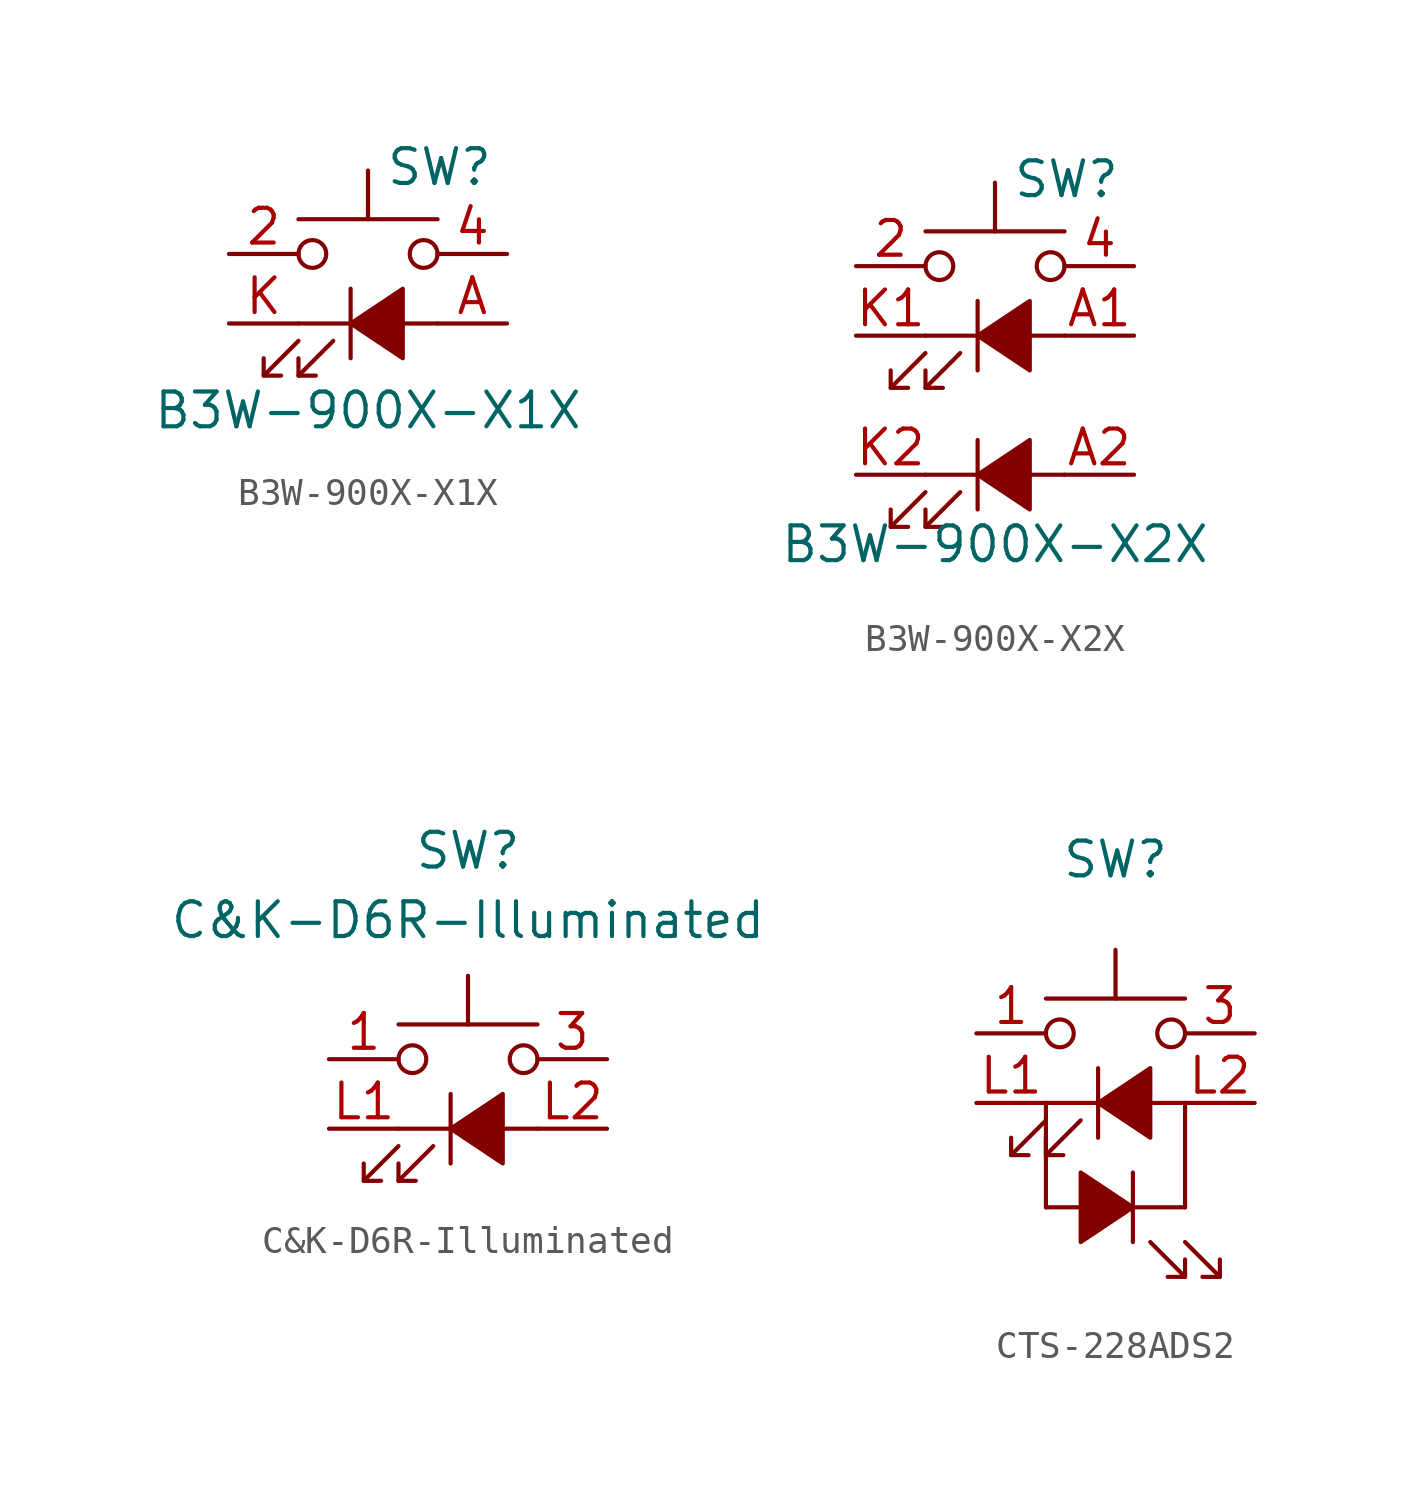
<source format=kicad_sym>
(kicad_symbol_lib
  (version 20231120)
  (generator "kicad_symbol_editor")
  (generator_version "8.0")
  (symbol "B3W-900X-X1X"
    (pin_names
      (offset 1.016) hide)
    (property "Reference" "SW"
      (at 0.635 5.715 0)
      (effects (font (size 1.27 1.27)) (justify left)))
    (property "Value" "B3W-900X-X1X"
      (at 0 -3.175 0)
      (effects (font (size 1.27 1.27))))
    (symbol "B3W-900X-X1X_0_0"
      (polyline (pts (xy -3.81 -1.905) (xy -2.54 -0.635)) (stroke (width 0) (type default)) (fill (type none)))
      (polyline (pts (xy -2.54 -1.905) (xy -1.27 -0.635)) (stroke (width 0) (type default)) (fill (type none)))
      (polyline (pts (xy -2.54 0) (xy 2.54 0)) (stroke (width 0) (type default)) (fill (type none)))
      (polyline (pts (xy -0.635 1.27) (xy -0.635 -1.27)) (stroke (width 0) (type default)) (fill (type none)))
      (polyline (pts (xy -3.81 -1.27) (xy -3.81 -1.905) (xy -3.175 -1.905)) (stroke (width 0) (type default)) (fill (type none)))
      (polyline (pts (xy -2.54 -1.27) (xy -2.54 -1.905) (xy -1.905 -1.905)) (stroke (width 0) (type default)) (fill (type none)))
      (polyline (pts (xy -0.635 0) (xy 1.27 1.27) (xy 1.27 -1.27) (xy -0.635 0)) (stroke (width 0) (type default)) (fill (type outline))))
    (symbol "B3W-900X-X1X_0_1"
      (circle (center -2.032 2.54) (radius 0.508) (stroke (width 0) (type default)) (fill (type none)))
      (polyline (pts (xy 0 3.81) (xy 0 5.588)) (stroke (width 0) (type default)) (fill (type none)))
      (polyline (pts (xy 2.54 3.81) (xy -2.54 3.81)) (stroke (width 0) (type default)) (fill (type none)))
      (circle (center 2.032 2.54) (radius 0.508) (stroke (width 0) (type default)) (fill (type none)))
      (pin passive line (at -5.08 2.54 0) (length 2.54) hide (name "1" (effects (font (size 1.27 1.27)))) (number "1" (effects (font (size 1.27 1.27)))))
      (pin passive line (at -5.08 2.54 0) (length 2.54) (name "2" (effects (font (size 1.27 1.27)))) (number "2" (effects (font (size 1.27 1.27)))))
      (pin passive line (at 5.08 2.54 180) (length 2.54) hide (name "3" (effects (font (size 1.27 1.27)))) (number "3" (effects (font (size 1.27 1.27)))))
      (pin passive line (at 5.08 2.54 180) (length 2.54) (name "4" (effects (font (size 1.27 1.27)))) (number "4" (effects (font (size 1.27 1.27)))))
      (pin passive line (at 5.08 0 180) (length 2.54) (name "A" (effects (font (size 1.27 1.27)))) (number "A" (effects (font (size 1.27 1.27)))))
      (pin passive line (at -5.08 0 0) (length 2.54) (name "K" (effects (font (size 1.27 1.27)))) (number "K" (effects (font (size 1.27 1.27)))))))
  (symbol "B3W-900X-X2X"
    (pin_names
      (offset 1.016) hide)
    (property "Reference" "SW"
      (at 0.635 5.715 0)
      (effects (font (size 1.27 1.27)) (justify left)))
    (property "Value" "B3W-900X-X2X"
      (at 0 -7.62 0)
      (effects (font (size 1.27 1.27))))
    (symbol "B3W-900X-X2X_0_0"
      (polyline (pts (xy -3.81 -6.985) (xy -2.54 -5.715)) (stroke (width 0) (type default)) (fill (type none)))
      (polyline (pts (xy -3.81 -1.905) (xy -2.54 -0.635)) (stroke (width 0) (type default)) (fill (type none)))
      (polyline (pts (xy -2.54 -6.985) (xy -1.27 -5.715)) (stroke (width 0) (type default)) (fill (type none)))
      (polyline (pts (xy -2.54 -5.08) (xy 2.54 -5.08)) (stroke (width 0) (type default)) (fill (type none)))
      (polyline (pts (xy -2.54 -1.905) (xy -1.27 -0.635)) (stroke (width 0) (type default)) (fill (type none)))
      (polyline (pts (xy -2.54 0) (xy 2.54 0)) (stroke (width 0) (type default)) (fill (type none)))
      (polyline (pts (xy -0.635 -3.81) (xy -0.635 -6.35)) (stroke (width 0) (type default)) (fill (type none)))
      (polyline (pts (xy -0.635 1.27) (xy -0.635 -1.27)) (stroke (width 0) (type default)) (fill (type none)))
      (polyline (pts (xy -3.81 -6.35) (xy -3.81 -6.985) (xy -3.175 -6.985)) (stroke (width 0) (type default)) (fill (type none)))
      (polyline (pts (xy -3.81 -1.27) (xy -3.81 -1.905) (xy -3.175 -1.905)) (stroke (width 0) (type default)) (fill (type none)))
      (polyline (pts (xy -2.54 -6.35) (xy -2.54 -6.985) (xy -1.905 -6.985)) (stroke (width 0) (type default)) (fill (type none)))
      (polyline (pts (xy -2.54 -1.27) (xy -2.54 -1.905) (xy -1.905 -1.905)) (stroke (width 0) (type default)) (fill (type none)))
      (polyline (pts (xy -0.635 -5.08) (xy 1.27 -3.81) (xy 1.27 -6.35) (xy -0.635 -5.08)) (stroke (width 0) (type default)) (fill (type outline)))
      (polyline (pts (xy -0.635 0) (xy 1.27 1.27) (xy 1.27 -1.27) (xy -0.635 0)) (stroke (width 0) (type default)) (fill (type outline))))
    (symbol "B3W-900X-X2X_0_1"
      (circle (center -2.032 2.54) (radius 0.508) (stroke (width 0) (type default)) (fill (type none)))
      (polyline (pts (xy 0 3.81) (xy 0 5.588)) (stroke (width 0) (type default)) (fill (type none)))
      (polyline (pts (xy 2.54 3.81) (xy -2.54 3.81)) (stroke (width 0) (type default)) (fill (type none)))
      (circle (center 2.032 2.54) (radius 0.508) (stroke (width 0) (type default)) (fill (type none)))
      (pin passive line (at -5.08 2.54 0) (length 2.54) hide (name "1" (effects (font (size 1.27 1.27)))) (number "1" (effects (font (size 1.27 1.27)))))
      (pin passive line (at -5.08 2.54 0) (length 2.54) (name "2" (effects (font (size 1.27 1.27)))) (number "2" (effects (font (size 1.27 1.27)))))
      (pin passive line (at 5.08 2.54 180) (length 2.54) hide (name "3" (effects (font (size 1.27 1.27)))) (number "3" (effects (font (size 1.27 1.27)))))
      (pin passive line (at 5.08 2.54 180) (length 2.54) (name "4" (effects (font (size 1.27 1.27)))) (number "4" (effects (font (size 1.27 1.27)))))
      (pin passive line (at 5.08 0 180) (length 2.54) (name "A1" (effects (font (size 1.27 1.27)))) (number "A1" (effects (font (size 1.27 1.27)))))
      (pin passive line (at 5.08 -5.08 180) (length 2.54) (name "A2" (effects (font (size 1.27 1.27)))) (number "A2" (effects (font (size 1.27 1.27)))))
      (pin passive line (at -5.08 0 0) (length 2.54) (name "K" (effects (font (size 1.27 1.27)))) (number "K1" (effects (font (size 1.27 1.27)))))
      (pin passive line (at -5.08 -5.08 0) (length 2.54) (name "K" (effects (font (size 1.27 1.27)))) (number "K2" (effects (font (size 1.27 1.27)))))))
  (symbol "C&K-D6R-Illuminated"
    (pin_names hide)
    (property "Reference" "SW"
      (at 0 3.81 0)
      (effects (font (size 1.27 1.27))))
    (property "Value" "C&K-D6R-Illuminated"
      (at 0 1.27 0)
      (effects (font (size 1.27 1.27))))
    (symbol "C&K-D6R-Illuminated_0_0"
      (polyline (pts (xy -3.81 -8.255) (xy -2.54 -6.985)) (stroke (width 0) (type default)) (fill (type none)))
      (polyline (pts (xy -2.54 -8.255) (xy -1.27 -6.985)) (stroke (width 0) (type default)) (fill (type none)))
      (polyline (pts (xy -2.54 -6.35) (xy 2.54 -6.35)) (stroke (width 0) (type default)) (fill (type none)))
      (polyline (pts (xy -0.635 -5.08) (xy -0.635 -7.62)) (stroke (width 0) (type default)) (fill (type none)))
      (polyline (pts (xy -3.81 -7.62) (xy -3.81 -8.255) (xy -3.175 -8.255)) (stroke (width 0) (type default)) (fill (type none)))
      (polyline (pts (xy -2.54 -7.62) (xy -2.54 -8.255) (xy -1.905 -8.255)) (stroke (width 0) (type default)) (fill (type none)))
      (polyline (pts (xy -0.635 -6.35) (xy 1.27 -5.08) (xy 1.27 -7.62) (xy -0.635 -6.35)) (stroke (width 0) (type default)) (fill (type outline))))
    (symbol "C&K-D6R-Illuminated_0_1"
      (circle (center -2.032 -3.81) (radius 0.508) (stroke (width 0) (type default)) (fill (type none)))
      (polyline (pts (xy 0 -2.54) (xy 0 -0.762)) (stroke (width 0) (type default)) (fill (type none)))
      (polyline (pts (xy 2.54 -2.54) (xy -2.54 -2.54)) (stroke (width 0) (type default)) (fill (type none)))
      (circle (center 2.032 -3.81) (radius 0.508) (stroke (width 0) (type default)) (fill (type none)))
      (pin passive line (at -5.08 -3.81 0) (length 2.54) (name "1" (effects (font (size 1.27 1.27)))) (number "1" (effects (font (size 1.27 1.27)))))
      (pin passive line (at -5.08 -3.81 0) (length 2.54) hide (name "1" (effects (font (size 1.27 1.27)))) (number "2" (effects (font (size 1.27 1.27)))))
      (pin passive line (at 5.08 -3.81 180) (length 2.54) (name "2" (effects (font (size 1.27 1.27)))) (number "3" (effects (font (size 1.27 1.27)))))
      (pin passive line (at 5.08 -3.81 180) (length 2.54) hide (name "2" (effects (font (size 1.27 1.27)))) (number "4" (effects (font (size 1.27 1.27)))))
      (pin passive line (at -5.08 -6.35 0) (length 2.54) (name "L1" (effects (font (size 1.27 1.27)))) (number "L1" (effects (font (size 1.27 1.27)))))
      (pin passive line (at 5.08 -6.35 180) (length 2.54) (name "L2" (effects (font (size 1.27 1.27)))) (number "L2" (effects (font (size 1.27 1.27)))))))
  (symbol "CTS-228ADS2"
    (pin_names
      (offset 1.016) hide)
    (property "Reference" "SW"
      (at 0 8.89 0)
      (effects (font (size 1.27 1.27))))
    (symbol "CTS-228ADS2_0_0"
      (polyline (pts (xy -3.81 -1.905) (xy -2.54 -0.635)) (stroke (width 0) (type default)) (fill (type none)))
      (polyline (pts (xy -2.54 -1.905) (xy -1.27 -0.635)) (stroke (width 0) (type default)) (fill (type none)))
      (polyline (pts (xy -2.54 0) (xy -2.54 -3.81)) (stroke (width 0) (type default)) (fill (type none)))
      (polyline (pts (xy -2.54 0) (xy 2.54 0)) (stroke (width 0) (type default)) (fill (type none)))
      (polyline (pts (xy -0.635 1.27) (xy -0.635 -1.27)) (stroke (width 0) (type default)) (fill (type none)))
      (polyline (pts (xy 0.635 -5.08) (xy 0.635 -2.54)) (stroke (width 0) (type default)) (fill (type none)))
      (polyline (pts (xy 2.54 -6.35) (xy 1.27 -5.08)) (stroke (width 0) (type default)) (fill (type none)))
      (polyline (pts (xy 2.54 -3.81) (xy -2.54 -3.81)) (stroke (width 0) (type default)) (fill (type none)))
      (polyline (pts (xy 2.54 0) (xy 2.54 -3.81)) (stroke (width 0) (type default)) (fill (type none)))
      (polyline (pts (xy 3.81 -6.35) (xy 2.54 -5.08)) (stroke (width 0) (type default)) (fill (type none)))
      (polyline (pts (xy -3.81 -1.27) (xy -3.81 -1.905) (xy -3.175 -1.905)) (stroke (width 0) (type default)) (fill (type none)))
      (polyline (pts (xy -2.54 -1.27) (xy -2.54 -1.905) (xy -1.905 -1.905)) (stroke (width 0) (type default)) (fill (type none)))
      (polyline (pts (xy 2.54 -5.715) (xy 2.54 -6.35) (xy 1.905 -6.35)) (stroke (width 0) (type default)) (fill (type none)))
      (polyline (pts (xy 3.81 -5.715) (xy 3.81 -6.35) (xy 3.175 -6.35)) (stroke (width 0) (type default)) (fill (type none)))
      (polyline (pts (xy -0.635 0) (xy 1.27 1.27) (xy 1.27 -1.27) (xy -0.635 0)) (stroke (width 0) (type default)) (fill (type outline)))
      (polyline (pts (xy 0.635 -3.81) (xy -1.27 -5.08) (xy -1.27 -2.54) (xy 0.635 -3.81)) (stroke (width 0) (type default)) (fill (type outline))))
    (symbol "CTS-228ADS2_0_1"
      (circle (center -2.032 2.54) (radius 0.508) (stroke (width 0) (type default)) (fill (type none)))
      (polyline (pts (xy 0 3.81) (xy 0 5.588)) (stroke (width 0) (type default)) (fill (type none)))
      (polyline (pts (xy 2.54 3.81) (xy -2.54 3.81)) (stroke (width 0) (type default)) (fill (type none)))
      (circle (center 2.032 2.54) (radius 0.508) (stroke (width 0) (type default)) (fill (type none)))
      (pin passive line (at -5.08 2.54 0) (length 2.54) (name "1" (effects (font (size 1.27 1.27)))) (number "1" (effects (font (size 1.27 1.27)))))
      (pin passive line (at -5.08 2.54 0) (length 2.54) hide (name "1" (effects (font (size 1.27 1.27)))) (number "2" (effects (font (size 1.27 1.27)))))
      (pin passive line (at 5.08 2.54 180) (length 2.54) (name "2" (effects (font (size 1.27 1.27)))) (number "3" (effects (font (size 1.27 1.27)))))
      (pin passive line (at 5.08 2.54 180) (length 2.54) hide (name "2" (effects (font (size 1.27 1.27)))) (number "4" (effects (font (size 1.27 1.27)))))
      (pin passive line (at -5.08 0 0) (length 2.54) (name "L1" (effects (font (size 1.27 1.27)))) (number "L1" (effects (font (size 1.27 1.27)))))
      (pin passive line (at 5.08 0 180) (length 2.54) (name "L2" (effects (font (size 1.27 1.27)))) (number "L2" (effects (font (size 1.27 1.27))))))))
</source>
